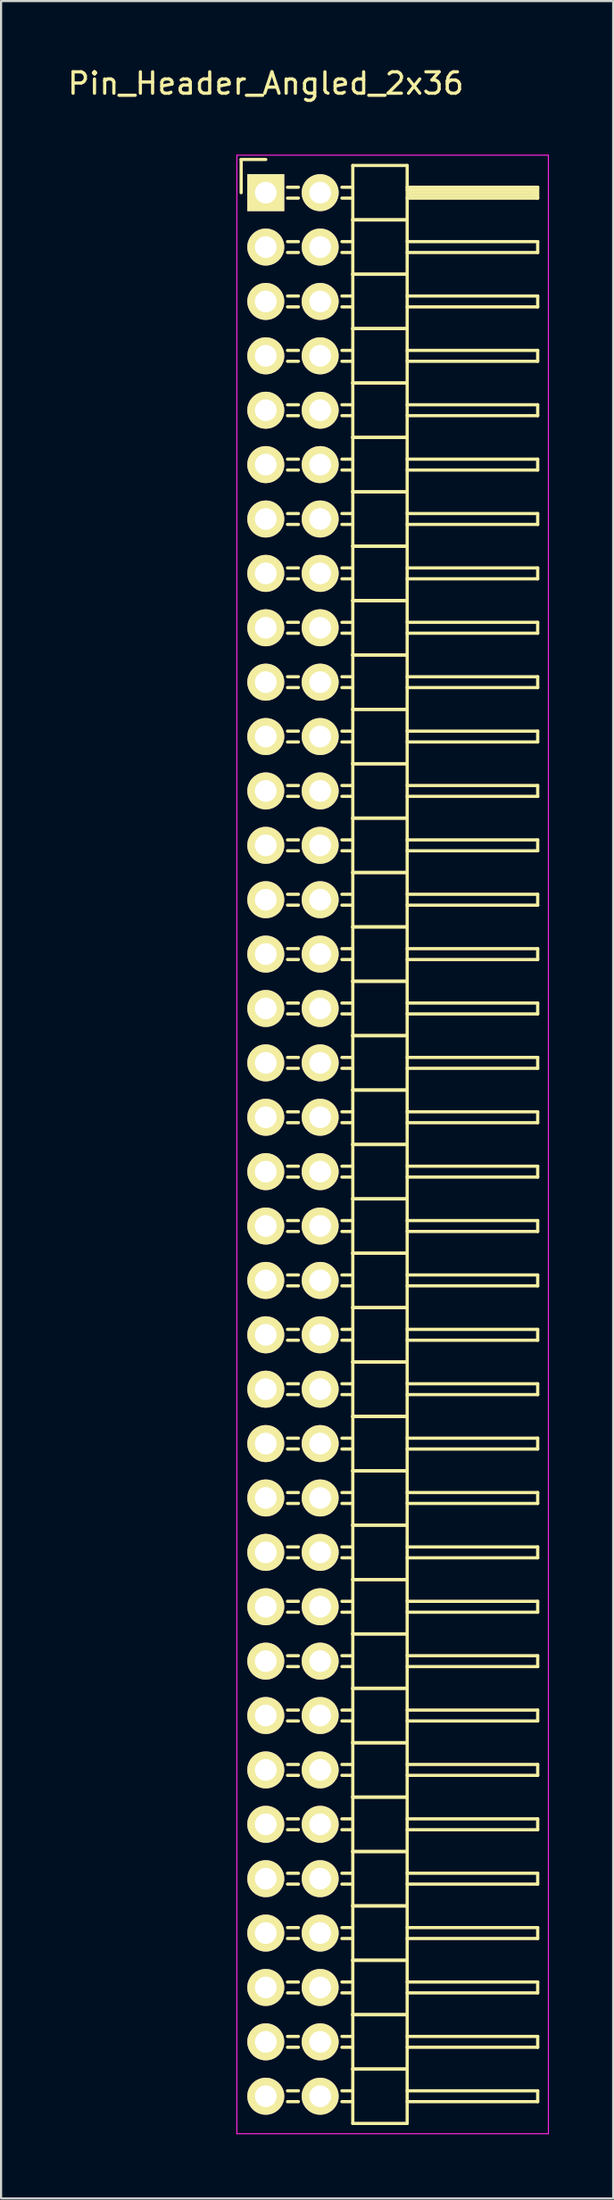
<source format=kicad_pcb>
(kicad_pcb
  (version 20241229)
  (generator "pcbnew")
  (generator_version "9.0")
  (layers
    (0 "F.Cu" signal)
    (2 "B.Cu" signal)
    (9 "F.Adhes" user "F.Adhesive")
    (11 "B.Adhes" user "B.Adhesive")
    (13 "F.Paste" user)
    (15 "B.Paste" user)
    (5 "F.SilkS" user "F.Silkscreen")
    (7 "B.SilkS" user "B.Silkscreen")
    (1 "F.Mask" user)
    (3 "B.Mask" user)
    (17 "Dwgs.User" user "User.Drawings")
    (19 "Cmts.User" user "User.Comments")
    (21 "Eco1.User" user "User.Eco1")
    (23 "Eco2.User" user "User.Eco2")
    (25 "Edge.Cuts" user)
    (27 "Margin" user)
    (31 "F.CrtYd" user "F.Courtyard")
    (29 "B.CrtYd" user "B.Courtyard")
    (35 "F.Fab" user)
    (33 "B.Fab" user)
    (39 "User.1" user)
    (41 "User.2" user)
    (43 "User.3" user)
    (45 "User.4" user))
  (footprint "Pin_Header_Angled_2x36"
    (layer "F.Cu")
    (at 9.363 5.948)
    (property "Reference" "Pin_Header_Angled_2x36" (at 0 -5.1 0) (layer "F.SilkS") (effects (font (size 1 1) (thickness 0.15))))
    (attr through_hole)
    (fp_line (start -1.15 -1.55) (end -1.15 0) (stroke (width 0.15) (type solid)) (layer "F.SilkS"))
    (fp_line (start 0 -1.55) (end -1.15 -1.55) (stroke (width 0.15) (type solid)) (layer "F.SilkS"))
    (fp_line (start 1.524 -0.254) (end 1.016 -0.254) (stroke (width 0.15) (type solid)) (layer "F.SilkS"))
    (fp_line (start 1.524 0.254) (end 1.016 0.254) (stroke (width 0.15) (type solid)) (layer "F.SilkS"))
    (fp_line (start 1.524 2.286) (end 1.016 2.286) (stroke (width 0.15) (type solid)) (layer "F.SilkS"))
    (fp_line (start 1.524 2.794) (end 1.016 2.794) (stroke (width 0.15) (type solid)) (layer "F.SilkS"))
    (fp_line (start 1.524 4.826) (end 1.016 4.826) (stroke (width 0.15) (type solid)) (layer "F.SilkS"))
    (fp_line (start 1.524 5.334) (end 1.016 5.334) (stroke (width 0.15) (type solid)) (layer "F.SilkS"))
    (fp_line (start 1.524 7.366) (end 1.016 7.366) (stroke (width 0.15) (type solid)) (layer "F.SilkS"))
    (fp_line (start 1.524 7.874) (end 1.016 7.874) (stroke (width 0.15) (type solid)) (layer "F.SilkS"))
    (fp_line (start 1.524 9.906) (end 1.016 9.906) (stroke (width 0.15) (type solid)) (layer "F.SilkS"))
    (fp_line (start 1.524 10.414) (end 1.016 10.414) (stroke (width 0.15) (type solid)) (layer "F.SilkS"))
    (fp_line (start 1.524 12.446) (end 1.016 12.446) (stroke (width 0.15) (type solid)) (layer "F.SilkS"))
    (fp_line (start 1.524 12.954) (end 1.016 12.954) (stroke (width 0.15) (type solid)) (layer "F.SilkS"))
    (fp_line (start 1.524 14.986) (end 1.016 14.986) (stroke (width 0.15) (type solid)) (layer "F.SilkS"))
    (fp_line (start 1.524 15.494) (end 1.016 15.494) (stroke (width 0.15) (type solid)) (layer "F.SilkS"))
    (fp_line (start 1.524 17.526) (end 1.016 17.526) (stroke (width 0.15) (type solid)) (layer "F.SilkS"))
    (fp_line (start 1.524 18.034) (end 1.016 18.034) (stroke (width 0.15) (type solid)) (layer "F.SilkS"))
    (fp_line (start 1.524 20.066) (end 1.016 20.066) (stroke (width 0.15) (type solid)) (layer "F.SilkS"))
    (fp_line (start 1.524 20.574) (end 1.016 20.574) (stroke (width 0.15) (type solid)) (layer "F.SilkS"))
    (fp_line (start 1.524 22.606) (end 1.016 22.606) (stroke (width 0.15) (type solid)) (layer "F.SilkS"))
    (fp_line (start 1.524 23.114) (end 1.016 23.114) (stroke (width 0.15) (type solid)) (layer "F.SilkS"))
    (fp_line (start 1.524 25.146) (end 1.016 25.146) (stroke (width 0.15) (type solid)) (layer "F.SilkS"))
    (fp_line (start 1.524 25.654) (end 1.016 25.654) (stroke (width 0.15) (type solid)) (layer "F.SilkS"))
    (fp_line (start 1.524 27.686) (end 1.016 27.686) (stroke (width 0.15) (type solid)) (layer "F.SilkS"))
    (fp_line (start 1.524 28.194) (end 1.016 28.194) (stroke (width 0.15) (type solid)) (layer "F.SilkS"))
    (fp_line (start 1.524 30.226) (end 1.016 30.226) (stroke (width 0.15) (type solid)) (layer "F.SilkS"))
    (fp_line (start 1.524 30.734) (end 1.016 30.734) (stroke (width 0.15) (type solid)) (layer "F.SilkS"))
    (fp_line (start 1.524 32.766) (end 1.016 32.766) (stroke (width 0.15) (type solid)) (layer "F.SilkS"))
    (fp_line (start 1.524 33.274) (end 1.016 33.274) (stroke (width 0.15) (type solid)) (layer "F.SilkS"))
    (fp_line (start 1.524 35.306) (end 1.016 35.306) (stroke (width 0.15) (type solid)) (layer "F.SilkS"))
    (fp_line (start 1.524 35.814) (end 1.016 35.814) (stroke (width 0.15) (type solid)) (layer "F.SilkS"))
    (fp_line (start 1.524 37.846) (end 1.016 37.846) (stroke (width 0.15) (type solid)) (layer "F.SilkS"))
    (fp_line (start 1.524 38.354) (end 1.016 38.354) (stroke (width 0.15) (type solid)) (layer "F.SilkS"))
    (fp_line (start 1.524 40.386) (end 1.016 40.386) (stroke (width 0.15) (type solid)) (layer "F.SilkS"))
    (fp_line (start 1.524 40.894) (end 1.016 40.894) (stroke (width 0.15) (type solid)) (layer "F.SilkS"))
    (fp_line (start 1.524 42.926) (end 1.016 42.926) (stroke (width 0.15) (type solid)) (layer "F.SilkS"))
    (fp_line (start 1.524 43.434) (end 1.016 43.434) (stroke (width 0.15) (type solid)) (layer "F.SilkS"))
    (fp_line (start 1.524 45.466) (end 1.016 45.466) (stroke (width 0.15) (type solid)) (layer "F.SilkS"))
    (fp_line (start 1.524 45.974) (end 1.016 45.974) (stroke (width 0.15) (type solid)) (layer "F.SilkS"))
    (fp_line (start 1.524 48.006) (end 1.016 48.006) (stroke (width 0.15) (type solid)) (layer "F.SilkS"))
    (fp_line (start 1.524 48.514) (end 1.016 48.514) (stroke (width 0.15) (type solid)) (layer "F.SilkS"))
    (fp_line (start 1.524 50.546) (end 1.016 50.546) (stroke (width 0.15) (type solid)) (layer "F.SilkS"))
    (fp_line (start 1.524 51.054) (end 1.016 51.054) (stroke (width 0.15) (type solid)) (layer "F.SilkS"))
    (fp_line (start 1.524 53.086) (end 1.016 53.086) (stroke (width 0.15) (type solid)) (layer "F.SilkS"))
    (fp_line (start 1.524 53.594) (end 1.016 53.594) (stroke (width 0.15) (type solid)) (layer "F.SilkS"))
    (fp_line (start 1.524 55.626) (end 1.016 55.626) (stroke (width 0.15) (type solid)) (layer "F.SilkS"))
    (fp_line (start 1.524 56.134) (end 1.016 56.134) (stroke (width 0.15) (type solid)) (layer "F.SilkS"))
    (fp_line (start 1.524 58.166) (end 1.016 58.166) (stroke (width 0.15) (type solid)) (layer "F.SilkS"))
    (fp_line (start 1.524 58.674) (end 1.016 58.674) (stroke (width 0.15) (type solid)) (layer "F.SilkS"))
    (fp_line (start 1.524 60.706) (end 1.016 60.706) (stroke (width 0.15) (type solid)) (layer "F.SilkS"))
    (fp_line (start 1.524 61.214) (end 1.016 61.214) (stroke (width 0.15) (type solid)) (layer "F.SilkS"))
    (fp_line (start 1.524 63.246) (end 1.016 63.246) (stroke (width 0.15) (type solid)) (layer "F.SilkS"))
    (fp_line (start 1.524 63.754) (end 1.016 63.754) (stroke (width 0.15) (type solid)) (layer "F.SilkS"))
    (fp_line (start 1.524 65.786) (end 1.016 65.786) (stroke (width 0.15) (type solid)) (layer "F.SilkS"))
    (fp_line (start 1.524 66.294) (end 1.016 66.294) (stroke (width 0.15) (type solid)) (layer "F.SilkS"))
    (fp_line (start 1.524 68.326) (end 1.016 68.326) (stroke (width 0.15) (type solid)) (layer "F.SilkS"))
    (fp_line (start 1.524 68.834) (end 1.016 68.834) (stroke (width 0.15) (type solid)) (layer "F.SilkS"))
    (fp_line (start 1.524 70.866) (end 1.016 70.866) (stroke (width 0.15) (type solid)) (layer "F.SilkS"))
    (fp_line (start 1.524 71.374) (end 1.016 71.374) (stroke (width 0.15) (type solid)) (layer "F.SilkS"))
    (fp_line (start 1.524 73.406) (end 1.016 73.406) (stroke (width 0.15) (type solid)) (layer "F.SilkS"))
    (fp_line (start 1.524 73.914) (end 1.016 73.914) (stroke (width 0.15) (type solid)) (layer "F.SilkS"))
    (fp_line (start 1.524 75.946) (end 1.016 75.946) (stroke (width 0.15) (type solid)) (layer "F.SilkS"))
    (fp_line (start 1.524 76.454) (end 1.016 76.454) (stroke (width 0.15) (type solid)) (layer "F.SilkS"))
    (fp_line (start 1.524 78.486) (end 1.016 78.486) (stroke (width 0.15) (type solid)) (layer "F.SilkS"))
    (fp_line (start 1.524 78.994) (end 1.016 78.994) (stroke (width 0.15) (type solid)) (layer "F.SilkS"))
    (fp_line (start 1.524 81.026) (end 1.016 81.026) (stroke (width 0.15) (type solid)) (layer "F.SilkS"))
    (fp_line (start 1.524 81.534) (end 1.016 81.534) (stroke (width 0.15) (type solid)) (layer "F.SilkS"))
    (fp_line (start 1.524 83.566) (end 1.016 83.566) (stroke (width 0.15) (type solid)) (layer "F.SilkS"))
    (fp_line (start 1.524 84.074) (end 1.016 84.074) (stroke (width 0.15) (type solid)) (layer "F.SilkS"))
    (fp_line (start 1.524 86.106) (end 1.016 86.106) (stroke (width 0.15) (type solid)) (layer "F.SilkS"))
    (fp_line (start 1.524 86.614) (end 1.016 86.614) (stroke (width 0.15) (type solid)) (layer "F.SilkS"))
    (fp_line (start 1.524 88.646) (end 1.016 88.646) (stroke (width 0.15) (type solid)) (layer "F.SilkS"))
    (fp_line (start 1.524 89.154) (end 1.016 89.154) (stroke (width 0.15) (type solid)) (layer "F.SilkS"))
    (fp_line (start 4.064 -1.27) (end 4.064 1.27) (stroke (width 0.15) (type solid)) (layer "F.SilkS"))
    (fp_line (start 4.064 -1.27) (end 6.604 -1.27) (stroke (width 0.15) (type solid)) (layer "F.SilkS"))
    (fp_line (start 4.064 -0.254) (end 3.556 -0.254) (stroke (width 0.15) (type solid)) (layer "F.SilkS"))
    (fp_line (start 4.064 0.254) (end 3.556 0.254) (stroke (width 0.15) (type solid)) (layer "F.SilkS"))
    (fp_line (start 4.064 1.27) (end 4.064 3.81) (stroke (width 0.15) (type solid)) (layer "F.SilkS"))
    (fp_line (start 4.064 1.27) (end 6.604 1.27) (stroke (width 0.15) (type solid)) (layer "F.SilkS"))
    (fp_line (start 4.064 1.27) (end 6.604 1.27) (stroke (width 0.15) (type solid)) (layer "F.SilkS"))
    (fp_line (start 4.064 2.286) (end 3.556 2.286) (stroke (width 0.15) (type solid)) (layer "F.SilkS"))
    (fp_line (start 4.064 2.794) (end 3.556 2.794) (stroke (width 0.15) (type solid)) (layer "F.SilkS"))
    (fp_line (start 4.064 3.81) (end 4.064 6.35) (stroke (width 0.15) (type solid)) (layer "F.SilkS"))
    (fp_line (start 4.064 3.81) (end 6.604 3.81) (stroke (width 0.15) (type solid)) (layer "F.SilkS"))
    (fp_line (start 4.064 3.81) (end 6.604 3.81) (stroke (width 0.15) (type solid)) (layer "F.SilkS"))
    (fp_line (start 4.064 4.826) (end 3.556 4.826) (stroke (width 0.15) (type solid)) (layer "F.SilkS"))
    (fp_line (start 4.064 5.334) (end 3.556 5.334) (stroke (width 0.15) (type solid)) (layer "F.SilkS"))
    (fp_line (start 4.064 6.35) (end 4.064 8.89) (stroke (width 0.15) (type solid)) (layer "F.SilkS"))
    (fp_line (start 4.064 6.35) (end 6.604 6.35) (stroke (width 0.15) (type solid)) (layer "F.SilkS"))
    (fp_line (start 4.064 6.35) (end 6.604 6.35) (stroke (width 0.15) (type solid)) (layer "F.SilkS"))
    (fp_line (start 4.064 7.366) (end 3.556 7.366) (stroke (width 0.15) (type solid)) (layer "F.SilkS"))
    (fp_line (start 4.064 7.874) (end 3.556 7.874) (stroke (width 0.15) (type solid)) (layer "F.SilkS"))
    (fp_line (start 4.064 8.89) (end 4.064 11.43) (stroke (width 0.15) (type solid)) (layer "F.SilkS"))
    (fp_line (start 4.064 8.89) (end 6.604 8.89) (stroke (width 0.15) (type solid)) (layer "F.SilkS"))
    (fp_line (start 4.064 8.89) (end 6.604 8.89) (stroke (width 0.15) (type solid)) (layer "F.SilkS"))
    (fp_line (start 4.064 9.906) (end 3.556 9.906) (stroke (width 0.15) (type solid)) (layer "F.SilkS"))
    (fp_line (start 4.064 10.414) (end 3.556 10.414) (stroke (width 0.15) (type solid)) (layer "F.SilkS"))
    (fp_line (start 4.064 11.43) (end 4.064 13.97) (stroke (width 0.15) (type solid)) (layer "F.SilkS"))
    (fp_line (start 4.064 11.43) (end 6.604 11.43) (stroke (width 0.15) (type solid)) (layer "F.SilkS"))
    (fp_line (start 4.064 11.43) (end 6.604 11.43) (stroke (width 0.15) (type solid)) (layer "F.SilkS"))
    (fp_line (start 4.064 12.446) (end 3.556 12.446) (stroke (width 0.15) (type solid)) (layer "F.SilkS"))
    (fp_line (start 4.064 12.954) (end 3.556 12.954) (stroke (width 0.15) (type solid)) (layer "F.SilkS"))
    (fp_line (start 4.064 13.97) (end 4.064 16.51) (stroke (width 0.15) (type solid)) (layer "F.SilkS"))
    (fp_line (start 4.064 13.97) (end 6.604 13.97) (stroke (width 0.15) (type solid)) (layer "F.SilkS"))
    (fp_line (start 4.064 13.97) (end 6.604 13.97) (stroke (width 0.15) (type solid)) (layer "F.SilkS"))
    (fp_line (start 4.064 14.986) (end 3.556 14.986) (stroke (width 0.15) (type solid)) (layer "F.SilkS"))
    (fp_line (start 4.064 15.494) (end 3.556 15.494) (stroke (width 0.15) (type solid)) (layer "F.SilkS"))
    (fp_line (start 4.064 16.51) (end 4.064 19.05) (stroke (width 0.15) (type solid)) (layer "F.SilkS"))
    (fp_line (start 4.064 16.51) (end 6.604 16.51) (stroke (width 0.15) (type solid)) (layer "F.SilkS"))
    (fp_line (start 4.064 16.51) (end 6.604 16.51) (stroke (width 0.15) (type solid)) (layer "F.SilkS"))
    (fp_line (start 4.064 17.526) (end 3.556 17.526) (stroke (width 0.15) (type solid)) (layer "F.SilkS"))
    (fp_line (start 4.064 18.034) (end 3.556 18.034) (stroke (width 0.15) (type solid)) (layer "F.SilkS"))
    (fp_line (start 4.064 19.05) (end 4.064 21.59) (stroke (width 0.15) (type solid)) (layer "F.SilkS"))
    (fp_line (start 4.064 19.05) (end 6.604 19.05) (stroke (width 0.15) (type solid)) (layer "F.SilkS"))
    (fp_line (start 4.064 19.05) (end 6.604 19.05) (stroke (width 0.15) (type solid)) (layer "F.SilkS"))
    (fp_line (start 4.064 20.066) (end 3.556 20.066) (stroke (width 0.15) (type solid)) (layer "F.SilkS"))
    (fp_line (start 4.064 20.574) (end 3.556 20.574) (stroke (width 0.15) (type solid)) (layer "F.SilkS"))
    (fp_line (start 4.064 21.59) (end 4.064 24.13) (stroke (width 0.15) (type solid)) (layer "F.SilkS"))
    (fp_line (start 4.064 21.59) (end 6.604 21.59) (stroke (width 0.15) (type solid)) (layer "F.SilkS"))
    (fp_line (start 4.064 21.59) (end 6.604 21.59) (stroke (width 0.15) (type solid)) (layer "F.SilkS"))
    (fp_line (start 4.064 22.606) (end 3.556 22.606) (stroke (width 0.15) (type solid)) (layer "F.SilkS"))
    (fp_line (start 4.064 23.114) (end 3.556 23.114) (stroke (width 0.15) (type solid)) (layer "F.SilkS"))
    (fp_line (start 4.064 24.13) (end 4.064 26.67) (stroke (width 0.15) (type solid)) (layer "F.SilkS"))
    (fp_line (start 4.064 24.13) (end 6.604 24.13) (stroke (width 0.15) (type solid)) (layer "F.SilkS"))
    (fp_line (start 4.064 24.13) (end 6.604 24.13) (stroke (width 0.15) (type solid)) (layer "F.SilkS"))
    (fp_line (start 4.064 25.146) (end 3.556 25.146) (stroke (width 0.15) (type solid)) (layer "F.SilkS"))
    (fp_line (start 4.064 25.654) (end 3.556 25.654) (stroke (width 0.15) (type solid)) (layer "F.SilkS"))
    (fp_line (start 4.064 26.67) (end 4.064 29.21) (stroke (width 0.15) (type solid)) (layer "F.SilkS"))
    (fp_line (start 4.064 26.67) (end 6.604 26.67) (stroke (width 0.15) (type solid)) (layer "F.SilkS"))
    (fp_line (start 4.064 26.67) (end 6.604 26.67) (stroke (width 0.15) (type solid)) (layer "F.SilkS"))
    (fp_line (start 4.064 27.686) (end 3.556 27.686) (stroke (width 0.15) (type solid)) (layer "F.SilkS"))
    (fp_line (start 4.064 28.194) (end 3.556 28.194) (stroke (width 0.15) (type solid)) (layer "F.SilkS"))
    (fp_line (start 4.064 29.21) (end 4.064 31.75) (stroke (width 0.15) (type solid)) (layer "F.SilkS"))
    (fp_line (start 4.064 29.21) (end 6.604 29.21) (stroke (width 0.15) (type solid)) (layer "F.SilkS"))
    (fp_line (start 4.064 29.21) (end 6.604 29.21) (stroke (width 0.15) (type solid)) (layer "F.SilkS"))
    (fp_line (start 4.064 30.226) (end 3.556 30.226) (stroke (width 0.15) (type solid)) (layer "F.SilkS"))
    (fp_line (start 4.064 30.734) (end 3.556 30.734) (stroke (width 0.15) (type solid)) (layer "F.SilkS"))
    (fp_line (start 4.064 31.75) (end 4.064 34.29) (stroke (width 0.15) (type solid)) (layer "F.SilkS"))
    (fp_line (start 4.064 31.75) (end 6.604 31.75) (stroke (width 0.15) (type solid)) (layer "F.SilkS"))
    (fp_line (start 4.064 31.75) (end 6.604 31.75) (stroke (width 0.15) (type solid)) (layer "F.SilkS"))
    (fp_line (start 4.064 32.766) (end 3.556 32.766) (stroke (width 0.15) (type solid)) (layer "F.SilkS"))
    (fp_line (start 4.064 33.274) (end 3.556 33.274) (stroke (width 0.15) (type solid)) (layer "F.SilkS"))
    (fp_line (start 4.064 34.29) (end 4.064 36.83) (stroke (width 0.15) (type solid)) (layer "F.SilkS"))
    (fp_line (start 4.064 34.29) (end 6.604 34.29) (stroke (width 0.15) (type solid)) (layer "F.SilkS"))
    (fp_line (start 4.064 34.29) (end 6.604 34.29) (stroke (width 0.15) (type solid)) (layer "F.SilkS"))
    (fp_line (start 4.064 35.306) (end 3.556 35.306) (stroke (width 0.15) (type solid)) (layer "F.SilkS"))
    (fp_line (start 4.064 35.814) (end 3.556 35.814) (stroke (width 0.15) (type solid)) (layer "F.SilkS"))
    (fp_line (start 4.064 36.83) (end 4.064 39.37) (stroke (width 0.15) (type solid)) (layer "F.SilkS"))
    (fp_line (start 4.064 36.83) (end 6.604 36.83) (stroke (width 0.15) (type solid)) (layer "F.SilkS"))
    (fp_line (start 4.064 36.83) (end 6.604 36.83) (stroke (width 0.15) (type solid)) (layer "F.SilkS"))
    (fp_line (start 4.064 37.846) (end 3.556 37.846) (stroke (width 0.15) (type solid)) (layer "F.SilkS"))
    (fp_line (start 4.064 38.354) (end 3.556 38.354) (stroke (width 0.15) (type solid)) (layer "F.SilkS"))
    (fp_line (start 4.064 39.37) (end 4.064 41.91) (stroke (width 0.15) (type solid)) (layer "F.SilkS"))
    (fp_line (start 4.064 39.37) (end 6.604 39.37) (stroke (width 0.15) (type solid)) (layer "F.SilkS"))
    (fp_line (start 4.064 39.37) (end 6.604 39.37) (stroke (width 0.15) (type solid)) (layer "F.SilkS"))
    (fp_line (start 4.064 40.386) (end 3.556 40.386) (stroke (width 0.15) (type solid)) (layer "F.SilkS"))
    (fp_line (start 4.064 40.894) (end 3.556 40.894) (stroke (width 0.15) (type solid)) (layer "F.SilkS"))
    (fp_line (start 4.064 41.91) (end 4.064 44.45) (stroke (width 0.15) (type solid)) (layer "F.SilkS"))
    (fp_line (start 4.064 41.91) (end 6.604 41.91) (stroke (width 0.15) (type solid)) (layer "F.SilkS"))
    (fp_line (start 4.064 41.91) (end 6.604 41.91) (stroke (width 0.15) (type solid)) (layer "F.SilkS"))
    (fp_line (start 4.064 42.926) (end 3.556 42.926) (stroke (width 0.15) (type solid)) (layer "F.SilkS"))
    (fp_line (start 4.064 43.434) (end 3.556 43.434) (stroke (width 0.15) (type solid)) (layer "F.SilkS"))
    (fp_line (start 4.064 44.45) (end 4.064 46.99) (stroke (width 0.15) (type solid)) (layer "F.SilkS"))
    (fp_line (start 4.064 44.45) (end 6.604 44.45) (stroke (width 0.15) (type solid)) (layer "F.SilkS"))
    (fp_line (start 4.064 44.45) (end 6.604 44.45) (stroke (width 0.15) (type solid)) (layer "F.SilkS"))
    (fp_line (start 4.064 45.466) (end 3.556 45.466) (stroke (width 0.15) (type solid)) (layer "F.SilkS"))
    (fp_line (start 4.064 45.974) (end 3.556 45.974) (stroke (width 0.15) (type solid)) (layer "F.SilkS"))
    (fp_line (start 4.064 46.99) (end 4.064 49.53) (stroke (width 0.15) (type solid)) (layer "F.SilkS"))
    (fp_line (start 4.064 46.99) (end 6.604 46.99) (stroke (width 0.15) (type solid)) (layer "F.SilkS"))
    (fp_line (start 4.064 46.99) (end 6.604 46.99) (stroke (width 0.15) (type solid)) (layer "F.SilkS"))
    (fp_line (start 4.064 48.006) (end 3.556 48.006) (stroke (width 0.15) (type solid)) (layer "F.SilkS"))
    (fp_line (start 4.064 48.514) (end 3.556 48.514) (stroke (width 0.15) (type solid)) (layer "F.SilkS"))
    (fp_line (start 4.064 49.53) (end 4.064 52.07) (stroke (width 0.15) (type solid)) (layer "F.SilkS"))
    (fp_line (start 4.064 49.53) (end 6.604 49.53) (stroke (width 0.15) (type solid)) (layer "F.SilkS"))
    (fp_line (start 4.064 49.53) (end 6.604 49.53) (stroke (width 0.15) (type solid)) (layer "F.SilkS"))
    (fp_line (start 4.064 50.546) (end 3.556 50.546) (stroke (width 0.15) (type solid)) (layer "F.SilkS"))
    (fp_line (start 4.064 51.054) (end 3.556 51.054) (stroke (width 0.15) (type solid)) (layer "F.SilkS"))
    (fp_line (start 4.064 52.07) (end 4.064 54.61) (stroke (width 0.15) (type solid)) (layer "F.SilkS"))
    (fp_line (start 4.064 52.07) (end 6.604 52.07) (stroke (width 0.15) (type solid)) (layer "F.SilkS"))
    (fp_line (start 4.064 52.07) (end 6.604 52.07) (stroke (width 0.15) (type solid)) (layer "F.SilkS"))
    (fp_line (start 4.064 53.086) (end 3.556 53.086) (stroke (width 0.15) (type solid)) (layer "F.SilkS"))
    (fp_line (start 4.064 53.594) (end 3.556 53.594) (stroke (width 0.15) (type solid)) (layer "F.SilkS"))
    (fp_line (start 4.064 54.61) (end 4.064 57.15) (stroke (width 0.15) (type solid)) (layer "F.SilkS"))
    (fp_line (start 4.064 54.61) (end 6.604 54.61) (stroke (width 0.15) (type solid)) (layer "F.SilkS"))
    (fp_line (start 4.064 54.61) (end 6.604 54.61) (stroke (width 0.15) (type solid)) (layer "F.SilkS"))
    (fp_line (start 4.064 55.626) (end 3.556 55.626) (stroke (width 0.15) (type solid)) (layer "F.SilkS"))
    (fp_line (start 4.064 56.134) (end 3.556 56.134) (stroke (width 0.15) (type solid)) (layer "F.SilkS"))
    (fp_line (start 4.064 57.15) (end 4.064 59.69) (stroke (width 0.15) (type solid)) (layer "F.SilkS"))
    (fp_line (start 4.064 57.15) (end 6.604 57.15) (stroke (width 0.15) (type solid)) (layer "F.SilkS"))
    (fp_line (start 4.064 57.15) (end 6.604 57.15) (stroke (width 0.15) (type solid)) (layer "F.SilkS"))
    (fp_line (start 4.064 58.166) (end 3.556 58.166) (stroke (width 0.15) (type solid)) (layer "F.SilkS"))
    (fp_line (start 4.064 58.674) (end 3.556 58.674) (stroke (width 0.15) (type solid)) (layer "F.SilkS"))
    (fp_line (start 4.064 59.69) (end 4.064 62.23) (stroke (width 0.15) (type solid)) (layer "F.SilkS"))
    (fp_line (start 4.064 59.69) (end 6.604 59.69) (stroke (width 0.15) (type solid)) (layer "F.SilkS"))
    (fp_line (start 4.064 59.69) (end 6.604 59.69) (stroke (width 0.15) (type solid)) (layer "F.SilkS"))
    (fp_line (start 4.064 60.706) (end 3.556 60.706) (stroke (width 0.15) (type solid)) (layer "F.SilkS"))
    (fp_line (start 4.064 61.214) (end 3.556 61.214) (stroke (width 0.15) (type solid)) (layer "F.SilkS"))
    (fp_line (start 4.064 62.23) (end 4.064 64.77) (stroke (width 0.15) (type solid)) (layer "F.SilkS"))
    (fp_line (start 4.064 62.23) (end 6.604 62.23) (stroke (width 0.15) (type solid)) (layer "F.SilkS"))
    (fp_line (start 4.064 62.23) (end 6.604 62.23) (stroke (width 0.15) (type solid)) (layer "F.SilkS"))
    (fp_line (start 4.064 63.246) (end 3.556 63.246) (stroke (width 0.15) (type solid)) (layer "F.SilkS"))
    (fp_line (start 4.064 63.754) (end 3.556 63.754) (stroke (width 0.15) (type solid)) (layer "F.SilkS"))
    (fp_line (start 4.064 64.77) (end 4.064 67.31) (stroke (width 0.15) (type solid)) (layer "F.SilkS"))
    (fp_line (start 4.064 64.77) (end 6.604 64.77) (stroke (width 0.15) (type solid)) (layer "F.SilkS"))
    (fp_line (start 4.064 64.77) (end 6.604 64.77) (stroke (width 0.15) (type solid)) (layer "F.SilkS"))
    (fp_line (start 4.064 65.786) (end 3.556 65.786) (stroke (width 0.15) (type solid)) (layer "F.SilkS"))
    (fp_line (start 4.064 66.294) (end 3.556 66.294) (stroke (width 0.15) (type solid)) (layer "F.SilkS"))
    (fp_line (start 4.064 67.31) (end 4.064 69.85) (stroke (width 0.15) (type solid)) (layer "F.SilkS"))
    (fp_line (start 4.064 67.31) (end 6.604 67.31) (stroke (width 0.15) (type solid)) (layer "F.SilkS"))
    (fp_line (start 4.064 67.31) (end 6.604 67.31) (stroke (width 0.15) (type solid)) (layer "F.SilkS"))
    (fp_line (start 4.064 68.326) (end 3.556 68.326) (stroke (width 0.15) (type solid)) (layer "F.SilkS"))
    (fp_line (start 4.064 68.834) (end 3.556 68.834) (stroke (width 0.15) (type solid)) (layer "F.SilkS"))
    (fp_line (start 4.064 69.85) (end 4.064 72.39) (stroke (width 0.15) (type solid)) (layer "F.SilkS"))
    (fp_line (start 4.064 69.85) (end 6.604 69.85) (stroke (width 0.15) (type solid)) (layer "F.SilkS"))
    (fp_line (start 4.064 69.85) (end 6.604 69.85) (stroke (width 0.15) (type solid)) (layer "F.SilkS"))
    (fp_line (start 4.064 70.866) (end 3.556 70.866) (stroke (width 0.15) (type solid)) (layer "F.SilkS"))
    (fp_line (start 4.064 71.374) (end 3.556 71.374) (stroke (width 0.15) (type solid)) (layer "F.SilkS"))
    (fp_line (start 4.064 72.39) (end 4.064 74.93) (stroke (width 0.15) (type solid)) (layer "F.SilkS"))
    (fp_line (start 4.064 72.39) (end 6.604 72.39) (stroke (width 0.15) (type solid)) (layer "F.SilkS"))
    (fp_line (start 4.064 72.39) (end 6.604 72.39) (stroke (width 0.15) (type solid)) (layer "F.SilkS"))
    (fp_line (start 4.064 73.406) (end 3.556 73.406) (stroke (width 0.15) (type solid)) (layer "F.SilkS"))
    (fp_line (start 4.064 73.914) (end 3.556 73.914) (stroke (width 0.15) (type solid)) (layer "F.SilkS"))
    (fp_line (start 4.064 74.93) (end 4.064 77.47) (stroke (width 0.15) (type solid)) (layer "F.SilkS"))
    (fp_line (start 4.064 74.93) (end 6.604 74.93) (stroke (width 0.15) (type solid)) (layer "F.SilkS"))
    (fp_line (start 4.064 74.93) (end 6.604 74.93) (stroke (width 0.15) (type solid)) (layer "F.SilkS"))
    (fp_line (start 4.064 75.946) (end 3.556 75.946) (stroke (width 0.15) (type solid)) (layer "F.SilkS"))
    (fp_line (start 4.064 76.454) (end 3.556 76.454) (stroke (width 0.15) (type solid)) (layer "F.SilkS"))
    (fp_line (start 4.064 77.47) (end 4.064 80.01) (stroke (width 0.15) (type solid)) (layer "F.SilkS"))
    (fp_line (start 4.064 77.47) (end 6.604 77.47) (stroke (width 0.15) (type solid)) (layer "F.SilkS"))
    (fp_line (start 4.064 77.47) (end 6.604 77.47) (stroke (width 0.15) (type solid)) (layer "F.SilkS"))
    (fp_line (start 4.064 78.486) (end 3.556 78.486) (stroke (width 0.15) (type solid)) (layer "F.SilkS"))
    (fp_line (start 4.064 78.994) (end 3.556 78.994) (stroke (width 0.15) (type solid)) (layer "F.SilkS"))
    (fp_line (start 4.064 80.01) (end 4.064 82.55) (stroke (width 0.15) (type solid)) (layer "F.SilkS"))
    (fp_line (start 4.064 80.01) (end 6.604 80.01) (stroke (width 0.15) (type solid)) (layer "F.SilkS"))
    (fp_line (start 4.064 80.01) (end 6.604 80.01) (stroke (width 0.15) (type solid)) (layer "F.SilkS"))
    (fp_line (start 4.064 81.026) (end 3.556 81.026) (stroke (width 0.15) (type solid)) (layer "F.SilkS"))
    (fp_line (start 4.064 81.534) (end 3.556 81.534) (stroke (width 0.15) (type solid)) (layer "F.SilkS"))
    (fp_line (start 4.064 82.55) (end 4.064 85.09) (stroke (width 0.15) (type solid)) (layer "F.SilkS"))
    (fp_line (start 4.064 82.55) (end 6.604 82.55) (stroke (width 0.15) (type solid)) (layer "F.SilkS"))
    (fp_line (start 4.064 82.55) (end 6.604 82.55) (stroke (width 0.15) (type solid)) (layer "F.SilkS"))
    (fp_line (start 4.064 83.566) (end 3.556 83.566) (stroke (width 0.15) (type solid)) (layer "F.SilkS"))
    (fp_line (start 4.064 84.074) (end 3.556 84.074) (stroke (width 0.15) (type solid)) (layer "F.SilkS"))
    (fp_line (start 4.064 85.09) (end 4.064 87.63) (stroke (width 0.15) (type solid)) (layer "F.SilkS"))
    (fp_line (start 4.064 85.09) (end 6.604 85.09) (stroke (width 0.15) (type solid)) (layer "F.SilkS"))
    (fp_line (start 4.064 85.09) (end 6.604 85.09) (stroke (width 0.15) (type solid)) (layer "F.SilkS"))
    (fp_line (start 4.064 86.106) (end 3.556 86.106) (stroke (width 0.15) (type solid)) (layer "F.SilkS"))
    (fp_line (start 4.064 86.614) (end 3.556 86.614) (stroke (width 0.15) (type solid)) (layer "F.SilkS"))
    (fp_line (start 4.064 87.63) (end 4.064 90.17) (stroke (width 0.15) (type solid)) (layer "F.SilkS"))
    (fp_line (start 4.064 87.63) (end 6.604 87.63) (stroke (width 0.15) (type solid)) (layer "F.SilkS"))
    (fp_line (start 4.064 87.63) (end 6.604 87.63) (stroke (width 0.15) (type solid)) (layer "F.SilkS"))
    (fp_line (start 4.064 88.646) (end 3.556 88.646) (stroke (width 0.15) (type solid)) (layer "F.SilkS"))
    (fp_line (start 4.064 89.154) (end 3.556 89.154) (stroke (width 0.15) (type solid)) (layer "F.SilkS"))
    (fp_line (start 4.064 90.17) (end 6.604 90.17) (stroke (width 0.15) (type solid)) (layer "F.SilkS"))
    (fp_line (start 6.604 -0.254) (end 12.7 -0.254) (stroke (width 0.15) (type solid)) (layer "F.SilkS"))
    (fp_line (start 6.604 -0.127) (end 12.573 -0.127) (stroke (width 0.15) (type solid)) (layer "F.SilkS"))
    (fp_line (start 6.604 1.27) (end 6.604 -1.27) (stroke (width 0.15) (type solid)) (layer "F.SilkS"))
    (fp_line (start 6.604 2.286) (end 12.7 2.286) (stroke (width 0.15) (type solid)) (layer "F.SilkS"))
    (fp_line (start 6.604 3.81) (end 6.604 1.27) (stroke (width 0.15) (type solid)) (layer "F.SilkS"))
    (fp_line (start 6.604 4.826) (end 12.7 4.826) (stroke (width 0.15) (type solid)) (layer "F.SilkS"))
    (fp_line (start 6.604 6.35) (end 6.604 3.81) (stroke (width 0.15) (type solid)) (layer "F.SilkS"))
    (fp_line (start 6.604 7.366) (end 12.7 7.366) (stroke (width 0.15) (type solid)) (layer "F.SilkS"))
    (fp_line (start 6.604 8.89) (end 6.604 6.35) (stroke (width 0.15) (type solid)) (layer "F.SilkS"))
    (fp_line (start 6.604 9.906) (end 12.7 9.906) (stroke (width 0.15) (type solid)) (layer "F.SilkS"))
    (fp_line (start 6.604 11.43) (end 6.604 8.89) (stroke (width 0.15) (type solid)) (layer "F.SilkS"))
    (fp_line (start 6.604 12.446) (end 12.7 12.446) (stroke (width 0.15) (type solid)) (layer "F.SilkS"))
    (fp_line (start 6.604 13.97) (end 6.604 11.43) (stroke (width 0.15) (type solid)) (layer "F.SilkS"))
    (fp_line (start 6.604 14.986) (end 12.7 14.986) (stroke (width 0.15) (type solid)) (layer "F.SilkS"))
    (fp_line (start 6.604 16.51) (end 6.604 13.97) (stroke (width 0.15) (type solid)) (layer "F.SilkS"))
    (fp_line (start 6.604 17.526) (end 12.7 17.526) (stroke (width 0.15) (type solid)) (layer "F.SilkS"))
    (fp_line (start 6.604 19.05) (end 6.604 16.51) (stroke (width 0.15) (type solid)) (layer "F.SilkS"))
    (fp_line (start 6.604 20.066) (end 12.7 20.066) (stroke (width 0.15) (type solid)) (layer "F.SilkS"))
    (fp_line (start 6.604 21.59) (end 6.604 19.05) (stroke (width 0.15) (type solid)) (layer "F.SilkS"))
    (fp_line (start 6.604 22.606) (end 12.7 22.606) (stroke (width 0.15) (type solid)) (layer "F.SilkS"))
    (fp_line (start 6.604 24.13) (end 6.604 21.59) (stroke (width 0.15) (type solid)) (layer "F.SilkS"))
    (fp_line (start 6.604 25.146) (end 12.7 25.146) (stroke (width 0.15) (type solid)) (layer "F.SilkS"))
    (fp_line (start 6.604 26.67) (end 6.604 24.13) (stroke (width 0.15) (type solid)) (layer "F.SilkS"))
    (fp_line (start 6.604 27.686) (end 12.7 27.686) (stroke (width 0.15) (type solid)) (layer "F.SilkS"))
    (fp_line (start 6.604 29.21) (end 6.604 26.67) (stroke (width 0.15) (type solid)) (layer "F.SilkS"))
    (fp_line (start 6.604 30.226) (end 12.7 30.226) (stroke (width 0.15) (type solid)) (layer "F.SilkS"))
    (fp_line (start 6.604 31.75) (end 6.604 29.21) (stroke (width 0.15) (type solid)) (layer "F.SilkS"))
    (fp_line (start 6.604 32.766) (end 12.7 32.766) (stroke (width 0.15) (type solid)) (layer "F.SilkS"))
    (fp_line (start 6.604 34.29) (end 6.604 31.75) (stroke (width 0.15) (type solid)) (layer "F.SilkS"))
    (fp_line (start 6.604 35.306) (end 12.7 35.306) (stroke (width 0.15) (type solid)) (layer "F.SilkS"))
    (fp_line (start 6.604 36.83) (end 6.604 34.29) (stroke (width 0.15) (type solid)) (layer "F.SilkS"))
    (fp_line (start 6.604 37.846) (end 12.7 37.846) (stroke (width 0.15) (type solid)) (layer "F.SilkS"))
    (fp_line (start 6.604 39.37) (end 6.604 36.83) (stroke (width 0.15) (type solid)) (layer "F.SilkS"))
    (fp_line (start 6.604 40.386) (end 12.7 40.386) (stroke (width 0.15) (type solid)) (layer "F.SilkS"))
    (fp_line (start 6.604 41.91) (end 6.604 39.37) (stroke (width 0.15) (type solid)) (layer "F.SilkS"))
    (fp_line (start 6.604 42.926) (end 12.7 42.926) (stroke (width 0.15) (type solid)) (layer "F.SilkS"))
    (fp_line (start 6.604 44.45) (end 6.604 41.91) (stroke (width 0.15) (type solid)) (layer "F.SilkS"))
    (fp_line (start 6.604 45.466) (end 12.7 45.466) (stroke (width 0.15) (type solid)) (layer "F.SilkS"))
    (fp_line (start 6.604 46.99) (end 6.604 44.45) (stroke (width 0.15) (type solid)) (layer "F.SilkS"))
    (fp_line (start 6.604 48.006) (end 12.7 48.006) (stroke (width 0.15) (type solid)) (layer "F.SilkS"))
    (fp_line (start 6.604 49.53) (end 6.604 46.99) (stroke (width 0.15) (type solid)) (layer "F.SilkS"))
    (fp_line (start 6.604 50.546) (end 12.7 50.546) (stroke (width 0.15) (type solid)) (layer "F.SilkS"))
    (fp_line (start 6.604 52.07) (end 6.604 49.53) (stroke (width 0.15) (type solid)) (layer "F.SilkS"))
    (fp_line (start 6.604 53.086) (end 12.7 53.086) (stroke (width 0.15) (type solid)) (layer "F.SilkS"))
    (fp_line (start 6.604 54.61) (end 6.604 52.07) (stroke (width 0.15) (type solid)) (layer "F.SilkS"))
    (fp_line (start 6.604 55.626) (end 12.7 55.626) (stroke (width 0.15) (type solid)) (layer "F.SilkS"))
    (fp_line (start 6.604 57.15) (end 6.604 54.61) (stroke (width 0.15) (type solid)) (layer "F.SilkS"))
    (fp_line (start 6.604 58.166) (end 12.7 58.166) (stroke (width 0.15) (type solid)) (layer "F.SilkS"))
    (fp_line (start 6.604 59.69) (end 6.604 57.15) (stroke (width 0.15) (type solid)) (layer "F.SilkS"))
    (fp_line (start 6.604 60.706) (end 12.7 60.706) (stroke (width 0.15) (type solid)) (layer "F.SilkS"))
    (fp_line (start 6.604 62.23) (end 6.604 59.69) (stroke (width 0.15) (type solid)) (layer "F.SilkS"))
    (fp_line (start 6.604 63.246) (end 12.7 63.246) (stroke (width 0.15) (type solid)) (layer "F.SilkS"))
    (fp_line (start 6.604 64.77) (end 6.604 62.23) (stroke (width 0.15) (type solid)) (layer "F.SilkS"))
    (fp_line (start 6.604 65.786) (end 12.7 65.786) (stroke (width 0.15) (type solid)) (layer "F.SilkS"))
    (fp_line (start 6.604 67.31) (end 6.604 64.77) (stroke (width 0.15) (type solid)) (layer "F.SilkS"))
    (fp_line (start 6.604 68.326) (end 12.7 68.326) (stroke (width 0.15) (type solid)) (layer "F.SilkS"))
    (fp_line (start 6.604 69.85) (end 6.604 67.31) (stroke (width 0.15) (type solid)) (layer "F.SilkS"))
    (fp_line (start 6.604 70.866) (end 12.7 70.866) (stroke (width 0.15) (type solid)) (layer "F.SilkS"))
    (fp_line (start 6.604 72.39) (end 6.604 69.85) (stroke (width 0.15) (type solid)) (layer "F.SilkS"))
    (fp_line (start 6.604 73.406) (end 12.7 73.406) (stroke (width 0.15) (type solid)) (layer "F.SilkS"))
    (fp_line (start 6.604 74.93) (end 6.604 72.39) (stroke (width 0.15) (type solid)) (layer "F.SilkS"))
    (fp_line (start 6.604 75.946) (end 12.7 75.946) (stroke (width 0.15) (type solid)) (layer "F.SilkS"))
    (fp_line (start 6.604 77.47) (end 6.604 74.93) (stroke (width 0.15) (type solid)) (layer "F.SilkS"))
    (fp_line (start 6.604 78.486) (end 12.7 78.486) (stroke (width 0.15) (type solid)) (layer "F.SilkS"))
    (fp_line (start 6.604 80.01) (end 6.604 77.47) (stroke (width 0.15) (type solid)) (layer "F.SilkS"))
    (fp_line (start 6.604 81.026) (end 12.7 81.026) (stroke (width 0.15) (type solid)) (layer "F.SilkS"))
    (fp_line (start 6.604 82.55) (end 6.604 80.01) (stroke (width 0.15) (type solid)) (layer "F.SilkS"))
    (fp_line (start 6.604 83.566) (end 12.7 83.566) (stroke (width 0.15) (type solid)) (layer "F.SilkS"))
    (fp_line (start 6.604 85.09) (end 6.604 82.55) (stroke (width 0.15) (type solid)) (layer "F.SilkS"))
    (fp_line (start 6.604 86.106) (end 12.7 86.106) (stroke (width 0.15) (type solid)) (layer "F.SilkS"))
    (fp_line (start 6.604 87.63) (end 6.604 85.09) (stroke (width 0.15) (type solid)) (layer "F.SilkS"))
    (fp_line (start 6.604 88.646) (end 12.7 88.646) (stroke (width 0.15) (type solid)) (layer "F.SilkS"))
    (fp_line (start 6.604 90.17) (end 6.604 87.63) (stroke (width 0.15) (type solid)) (layer "F.SilkS"))
    (fp_line (start 6.731 0) (end 12.573 0) (stroke (width 0.15) (type solid)) (layer "F.SilkS"))
    (fp_line (start 6.731 0.127) (end 6.731 0) (stroke (width 0.15) (type solid)) (layer "F.SilkS"))
    (fp_line (start 12.573 -0.127) (end 12.573 0.127) (stroke (width 0.15) (type solid)) (layer "F.SilkS"))
    (fp_line (start 12.573 0.127) (end 6.731 0.127) (stroke (width 0.15) (type solid)) (layer "F.SilkS"))
    (fp_line (start 12.7 -0.254) (end 12.7 0.254) (stroke (width 0.15) (type solid)) (layer "F.SilkS"))
    (fp_line (start 12.7 0.254) (end 6.604 0.254) (stroke (width 0.15) (type solid)) (layer "F.SilkS"))
    (fp_line (start 12.7 2.286) (end 12.7 2.794) (stroke (width 0.15) (type solid)) (layer "F.SilkS"))
    (fp_line (start 12.7 2.794) (end 6.604 2.794) (stroke (width 0.15) (type solid)) (layer "F.SilkS"))
    (fp_line (start 12.7 4.826) (end 12.7 5.334) (stroke (width 0.15) (type solid)) (layer "F.SilkS"))
    (fp_line (start 12.7 5.334) (end 6.604 5.334) (stroke (width 0.15) (type solid)) (layer "F.SilkS"))
    (fp_line (start 12.7 7.366) (end 12.7 7.874) (stroke (width 0.15) (type solid)) (layer "F.SilkS"))
    (fp_line (start 12.7 7.874) (end 6.604 7.874) (stroke (width 0.15) (type solid)) (layer "F.SilkS"))
    (fp_line (start 12.7 9.906) (end 12.7 10.414) (stroke (width 0.15) (type solid)) (layer "F.SilkS"))
    (fp_line (start 12.7 10.414) (end 6.604 10.414) (stroke (width 0.15) (type solid)) (layer "F.SilkS"))
    (fp_line (start 12.7 12.446) (end 12.7 12.954) (stroke (width 0.15) (type solid)) (layer "F.SilkS"))
    (fp_line (start 12.7 12.954) (end 6.604 12.954) (stroke (width 0.15) (type solid)) (layer "F.SilkS"))
    (fp_line (start 12.7 14.986) (end 12.7 15.494) (stroke (width 0.15) (type solid)) (layer "F.SilkS"))
    (fp_line (start 12.7 15.494) (end 6.604 15.494) (stroke (width 0.15) (type solid)) (layer "F.SilkS"))
    (fp_line (start 12.7 17.526) (end 12.7 18.034) (stroke (width 0.15) (type solid)) (layer "F.SilkS"))
    (fp_line (start 12.7 18.034) (end 6.604 18.034) (stroke (width 0.15) (type solid)) (layer "F.SilkS"))
    (fp_line (start 12.7 20.066) (end 12.7 20.574) (stroke (width 0.15) (type solid)) (layer "F.SilkS"))
    (fp_line (start 12.7 20.574) (end 6.604 20.574) (stroke (width 0.15) (type solid)) (layer "F.SilkS"))
    (fp_line (start 12.7 22.606) (end 12.7 23.114) (stroke (width 0.15) (type solid)) (layer "F.SilkS"))
    (fp_line (start 12.7 23.114) (end 6.604 23.114) (stroke (width 0.15) (type solid)) (layer "F.SilkS"))
    (fp_line (start 12.7 25.146) (end 12.7 25.654) (stroke (width 0.15) (type solid)) (layer "F.SilkS"))
    (fp_line (start 12.7 25.654) (end 6.604 25.654) (stroke (width 0.15) (type solid)) (layer "F.SilkS"))
    (fp_line (start 12.7 27.686) (end 12.7 28.194) (stroke (width 0.15) (type solid)) (layer "F.SilkS"))
    (fp_line (start 12.7 28.194) (end 6.604 28.194) (stroke (width 0.15) (type solid)) (layer "F.SilkS"))
    (fp_line (start 12.7 30.226) (end 12.7 30.734) (stroke (width 0.15) (type solid)) (layer "F.SilkS"))
    (fp_line (start 12.7 30.734) (end 6.604 30.734) (stroke (width 0.15) (type solid)) (layer "F.SilkS"))
    (fp_line (start 12.7 32.766) (end 12.7 33.274) (stroke (width 0.15) (type solid)) (layer "F.SilkS"))
    (fp_line (start 12.7 33.274) (end 6.604 33.274) (stroke (width 0.15) (type solid)) (layer "F.SilkS"))
    (fp_line (start 12.7 35.306) (end 12.7 35.814) (stroke (width 0.15) (type solid)) (layer "F.SilkS"))
    (fp_line (start 12.7 35.814) (end 6.604 35.814) (stroke (width 0.15) (type solid)) (layer "F.SilkS"))
    (fp_line (start 12.7 37.846) (end 12.7 38.354) (stroke (width 0.15) (type solid)) (layer "F.SilkS"))
    (fp_line (start 12.7 38.354) (end 6.604 38.354) (stroke (width 0.15) (type solid)) (layer "F.SilkS"))
    (fp_line (start 12.7 40.386) (end 12.7 40.894) (stroke (width 0.15) (type solid)) (layer "F.SilkS"))
    (fp_line (start 12.7 40.894) (end 6.604 40.894) (stroke (width 0.15) (type solid)) (layer "F.SilkS"))
    (fp_line (start 12.7 42.926) (end 12.7 43.434) (stroke (width 0.15) (type solid)) (layer "F.SilkS"))
    (fp_line (start 12.7 43.434) (end 6.604 43.434) (stroke (width 0.15) (type solid)) (layer "F.SilkS"))
    (fp_line (start 12.7 45.466) (end 12.7 45.974) (stroke (width 0.15) (type solid)) (layer "F.SilkS"))
    (fp_line (start 12.7 45.974) (end 6.604 45.974) (stroke (width 0.15) (type solid)) (layer "F.SilkS"))
    (fp_line (start 12.7 48.006) (end 12.7 48.514) (stroke (width 0.15) (type solid)) (layer "F.SilkS"))
    (fp_line (start 12.7 48.514) (end 6.604 48.514) (stroke (width 0.15) (type solid)) (layer "F.SilkS"))
    (fp_line (start 12.7 50.546) (end 12.7 51.054) (stroke (width 0.15) (type solid)) (layer "F.SilkS"))
    (fp_line (start 12.7 51.054) (end 6.604 51.054) (stroke (width 0.15) (type solid)) (layer "F.SilkS"))
    (fp_line (start 12.7 53.086) (end 12.7 53.594) (stroke (width 0.15) (type solid)) (layer "F.SilkS"))
    (fp_line (start 12.7 53.594) (end 6.604 53.594) (stroke (width 0.15) (type solid)) (layer "F.SilkS"))
    (fp_line (start 12.7 55.626) (end 12.7 56.134) (stroke (width 0.15) (type solid)) (layer "F.SilkS"))
    (fp_line (start 12.7 56.134) (end 6.604 56.134) (stroke (width 0.15) (type solid)) (layer "F.SilkS"))
    (fp_line (start 12.7 58.166) (end 12.7 58.674) (stroke (width 0.15) (type solid)) (layer "F.SilkS"))
    (fp_line (start 12.7 58.674) (end 6.604 58.674) (stroke (width 0.15) (type solid)) (layer "F.SilkS"))
    (fp_line (start 12.7 60.706) (end 12.7 61.214) (stroke (width 0.15) (type solid)) (layer "F.SilkS"))
    (fp_line (start 12.7 61.214) (end 6.604 61.214) (stroke (width 0.15) (type solid)) (layer "F.SilkS"))
    (fp_line (start 12.7 63.246) (end 12.7 63.754) (stroke (width 0.15) (type solid)) (layer "F.SilkS"))
    (fp_line (start 12.7 63.754) (end 6.604 63.754) (stroke (width 0.15) (type solid)) (layer "F.SilkS"))
    (fp_line (start 12.7 65.786) (end 12.7 66.294) (stroke (width 0.15) (type solid)) (layer "F.SilkS"))
    (fp_line (start 12.7 66.294) (end 6.604 66.294) (stroke (width 0.15) (type solid)) (layer "F.SilkS"))
    (fp_line (start 12.7 68.326) (end 12.7 68.834) (stroke (width 0.15) (type solid)) (layer "F.SilkS"))
    (fp_line (start 12.7 68.834) (end 6.604 68.834) (stroke (width 0.15) (type solid)) (layer "F.SilkS"))
    (fp_line (start 12.7 70.866) (end 12.7 71.374) (stroke (width 0.15) (type solid)) (layer "F.SilkS"))
    (fp_line (start 12.7 71.374) (end 6.604 71.374) (stroke (width 0.15) (type solid)) (layer "F.SilkS"))
    (fp_line (start 12.7 73.406) (end 12.7 73.914) (stroke (width 0.15) (type solid)) (layer "F.SilkS"))
    (fp_line (start 12.7 73.914) (end 6.604 73.914) (stroke (width 0.15) (type solid)) (layer "F.SilkS"))
    (fp_line (start 12.7 75.946) (end 12.7 76.454) (stroke (width 0.15) (type solid)) (layer "F.SilkS"))
    (fp_line (start 12.7 76.454) (end 6.604 76.454) (stroke (width 0.15) (type solid)) (layer "F.SilkS"))
    (fp_line (start 12.7 78.486) (end 12.7 78.994) (stroke (width 0.15) (type solid)) (layer "F.SilkS"))
    (fp_line (start 12.7 78.994) (end 6.604 78.994) (stroke (width 0.15) (type solid)) (layer "F.SilkS"))
    (fp_line (start 12.7 81.026) (end 12.7 81.534) (stroke (width 0.15) (type solid)) (layer "F.SilkS"))
    (fp_line (start 12.7 81.534) (end 6.604 81.534) (stroke (width 0.15) (type solid)) (layer "F.SilkS"))
    (fp_line (start 12.7 83.566) (end 12.7 84.074) (stroke (width 0.15) (type solid)) (layer "F.SilkS"))
    (fp_line (start 12.7 84.074) (end 6.604 84.074) (stroke (width 0.15) (type solid)) (layer "F.SilkS"))
    (fp_line (start 12.7 86.106) (end 12.7 86.614) (stroke (width 0.15) (type solid)) (layer "F.SilkS"))
    (fp_line (start 12.7 86.614) (end 6.604 86.614) (stroke (width 0.15) (type solid)) (layer "F.SilkS"))
    (fp_line (start 12.7 88.646) (end 12.7 89.154) (stroke (width 0.15) (type solid)) (layer "F.SilkS"))
    (fp_line (start 12.7 89.154) (end 6.604 89.154) (stroke (width 0.15) (type solid)) (layer "F.SilkS"))
    (fp_line (start -1.35 -1.75) (end -1.35 90.65) (stroke (width 0.05) (type solid)) (layer "F.CrtYd"))
    (fp_line (start -1.35 -1.75) (end 13.2 -1.75) (stroke (width 0.05) (type solid)) (layer "F.CrtYd"))
    (fp_line (start -1.35 90.65) (end 13.2 90.65) (stroke (width 0.05) (type solid)) (layer "F.CrtYd"))
    (fp_line (start 13.2 -1.75) (end 13.2 90.65) (stroke (width 0.05) (type solid)) (layer "F.CrtYd"))
    (pad "1" thru_hole rect (at 0 0) (size 1.727 1.727) (drill 1.016) (layers "*.Cu" "*.Mask" "F.SilkS"))
    (pad "2" thru_hole oval (at 2.54 0) (size 1.727 1.727) (drill 1.016) (layers "*.Cu" "*.Mask" "F.SilkS"))
    (pad "3" thru_hole oval (at 0 2.54) (size 1.727 1.727) (drill 1.016) (layers "*.Cu" "*.Mask" "F.SilkS"))
    (pad "4" thru_hole oval (at 2.54 2.54) (size 1.727 1.727) (drill 1.016) (layers "*.Cu" "*.Mask" "F.SilkS"))
    (pad "5" thru_hole oval (at 0 5.08) (size 1.727 1.727) (drill 1.016) (layers "*.Cu" "*.Mask" "F.SilkS"))
    (pad "6" thru_hole oval (at 2.54 5.08) (size 1.727 1.727) (drill 1.016) (layers "*.Cu" "*.Mask" "F.SilkS"))
    (pad "7" thru_hole oval (at 0 7.62) (size 1.727 1.727) (drill 1.016) (layers "*.Cu" "*.Mask" "F.SilkS"))
    (pad "8" thru_hole oval (at 2.54 7.62) (size 1.727 1.727) (drill 1.016) (layers "*.Cu" "*.Mask" "F.SilkS"))
    (pad "9" thru_hole oval (at 0 10.16) (size 1.727 1.727) (drill 1.016) (layers "*.Cu" "*.Mask" "F.SilkS"))
    (pad "10" thru_hole oval (at 2.54 10.16) (size 1.727 1.727) (drill 1.016) (layers "*.Cu" "*.Mask" "F.SilkS"))
    (pad "11" thru_hole oval (at 0 12.7) (size 1.727 1.727) (drill 1.016) (layers "*.Cu" "*.Mask" "F.SilkS"))
    (pad "12" thru_hole oval (at 2.54 12.7) (size 1.727 1.727) (drill 1.016) (layers "*.Cu" "*.Mask" "F.SilkS"))
    (pad "13" thru_hole oval (at 0 15.24) (size 1.727 1.727) (drill 1.016) (layers "*.Cu" "*.Mask" "F.SilkS"))
    (pad "14" thru_hole oval (at 2.54 15.24) (size 1.727 1.727) (drill 1.016) (layers "*.Cu" "*.Mask" "F.SilkS"))
    (pad "15" thru_hole oval (at 0 17.78) (size 1.727 1.727) (drill 1.016) (layers "*.Cu" "*.Mask" "F.SilkS"))
    (pad "16" thru_hole oval (at 2.54 17.78) (size 1.727 1.727) (drill 1.016) (layers "*.Cu" "*.Mask" "F.SilkS"))
    (pad "17" thru_hole oval (at 0 20.32) (size 1.727 1.727) (drill 1.016) (layers "*.Cu" "*.Mask" "F.SilkS"))
    (pad "18" thru_hole oval (at 2.54 20.32) (size 1.727 1.727) (drill 1.016) (layers "*.Cu" "*.Mask" "F.SilkS"))
    (pad "19" thru_hole oval (at 0 22.86) (size 1.727 1.727) (drill 1.016) (layers "*.Cu" "*.Mask" "F.SilkS"))
    (pad "20" thru_hole oval (at 2.54 22.86) (size 1.727 1.727) (drill 1.016) (layers "*.Cu" "*.Mask" "F.SilkS"))
    (pad "21" thru_hole oval (at 0 25.4) (size 1.727 1.727) (drill 1.016) (layers "*.Cu" "*.Mask" "F.SilkS"))
    (pad "22" thru_hole oval (at 2.54 25.4) (size 1.727 1.727) (drill 1.016) (layers "*.Cu" "*.Mask" "F.SilkS"))
    (pad "23" thru_hole oval (at 0 27.94) (size 1.727 1.727) (drill 1.016) (layers "*.Cu" "*.Mask" "F.SilkS"))
    (pad "24" thru_hole oval (at 2.54 27.94) (size 1.727 1.727) (drill 1.016) (layers "*.Cu" "*.Mask" "F.SilkS"))
    (pad "25" thru_hole oval (at 0 30.48) (size 1.727 1.727) (drill 1.016) (layers "*.Cu" "*.Mask" "F.SilkS"))
    (pad "26" thru_hole oval (at 2.54 30.48) (size 1.727 1.727) (drill 1.016) (layers "*.Cu" "*.Mask" "F.SilkS"))
    (pad "27" thru_hole oval (at 0 33.02) (size 1.727 1.727) (drill 1.016) (layers "*.Cu" "*.Mask" "F.SilkS"))
    (pad "28" thru_hole oval (at 2.54 33.02) (size 1.727 1.727) (drill 1.016) (layers "*.Cu" "*.Mask" "F.SilkS"))
    (pad "29" thru_hole oval (at 0 35.56) (size 1.727 1.727) (drill 1.016) (layers "*.Cu" "*.Mask" "F.SilkS"))
    (pad "30" thru_hole oval (at 2.54 35.56) (size 1.727 1.727) (drill 1.016) (layers "*.Cu" "*.Mask" "F.SilkS"))
    (pad "31" thru_hole oval (at 0 38.1) (size 1.727 1.727) (drill 1.016) (layers "*.Cu" "*.Mask" "F.SilkS"))
    (pad "32" thru_hole oval (at 2.54 38.1) (size 1.727 1.727) (drill 1.016) (layers "*.Cu" "*.Mask" "F.SilkS"))
    (pad "33" thru_hole oval (at 0 40.64) (size 1.727 1.727) (drill 1.016) (layers "*.Cu" "*.Mask" "F.SilkS"))
    (pad "34" thru_hole oval (at 2.54 40.64) (size 1.727 1.727) (drill 1.016) (layers "*.Cu" "*.Mask" "F.SilkS"))
    (pad "35" thru_hole oval (at 0 43.18) (size 1.727 1.727) (drill 1.016) (layers "*.Cu" "*.Mask" "F.SilkS"))
    (pad "36" thru_hole oval (at 2.54 43.18) (size 1.727 1.727) (drill 1.016) (layers "*.Cu" "*.Mask" "F.SilkS"))
    (pad "37" thru_hole oval (at 0 45.72) (size 1.727 1.727) (drill 1.016) (layers "*.Cu" "*.Mask" "F.SilkS"))
    (pad "38" thru_hole oval (at 2.54 45.72) (size 1.727 1.727) (drill 1.016) (layers "*.Cu" "*.Mask" "F.SilkS"))
    (pad "39" thru_hole oval (at 0 48.26) (size 1.727 1.727) (drill 1.016) (layers "*.Cu" "*.Mask" "F.SilkS"))
    (pad "40" thru_hole oval (at 2.54 48.26) (size 1.727 1.727) (drill 1.016) (layers "*.Cu" "*.Mask" "F.SilkS"))
    (pad "41" thru_hole oval (at 0 50.8) (size 1.727 1.727) (drill 1.016) (layers "*.Cu" "*.Mask" "F.SilkS"))
    (pad "42" thru_hole oval (at 2.54 50.8) (size 1.727 1.727) (drill 1.016) (layers "*.Cu" "*.Mask" "F.SilkS"))
    (pad "43" thru_hole oval (at 0 53.34) (size 1.727 1.727) (drill 1.016) (layers "*.Cu" "*.Mask" "F.SilkS"))
    (pad "44" thru_hole oval (at 2.54 53.34) (size 1.727 1.727) (drill 1.016) (layers "*.Cu" "*.Mask" "F.SilkS"))
    (pad "45" thru_hole oval (at 0 55.88) (size 1.727 1.727) (drill 1.016) (layers "*.Cu" "*.Mask" "F.SilkS"))
    (pad "46" thru_hole oval (at 2.54 55.88) (size 1.727 1.727) (drill 1.016) (layers "*.Cu" "*.Mask" "F.SilkS"))
    (pad "47" thru_hole oval (at 0 58.42) (size 1.727 1.727) (drill 1.016) (layers "*.Cu" "*.Mask" "F.SilkS"))
    (pad "48" thru_hole oval (at 2.54 58.42) (size 1.727 1.727) (drill 1.016) (layers "*.Cu" "*.Mask" "F.SilkS"))
    (pad "49" thru_hole oval (at 0 60.96) (size 1.727 1.727) (drill 1.016) (layers "*.Cu" "*.Mask" "F.SilkS"))
    (pad "50" thru_hole oval (at 2.54 60.96) (size 1.727 1.727) (drill 1.016) (layers "*.Cu" "*.Mask" "F.SilkS"))
    (pad "51" thru_hole oval (at 0 63.5) (size 1.727 1.727) (drill 1.016) (layers "*.Cu" "*.Mask" "F.SilkS"))
    (pad "52" thru_hole oval (at 2.54 63.5) (size 1.727 1.727) (drill 1.016) (layers "*.Cu" "*.Mask" "F.SilkS"))
    (pad "53" thru_hole oval (at 0 66.04) (size 1.727 1.727) (drill 1.016) (layers "*.Cu" "*.Mask" "F.SilkS"))
    (pad "54" thru_hole oval (at 2.54 66.04) (size 1.727 1.727) (drill 1.016) (layers "*.Cu" "*.Mask" "F.SilkS"))
    (pad "55" thru_hole oval (at 0 68.58) (size 1.727 1.727) (drill 1.016) (layers "*.Cu" "*.Mask" "F.SilkS"))
    (pad "56" thru_hole oval (at 2.54 68.58) (size 1.727 1.727) (drill 1.016) (layers "*.Cu" "*.Mask" "F.SilkS"))
    (pad "57" thru_hole oval (at 0 71.12) (size 1.727 1.727) (drill 1.016) (layers "*.Cu" "*.Mask" "F.SilkS"))
    (pad "58" thru_hole oval (at 2.54 71.12) (size 1.727 1.727) (drill 1.016) (layers "*.Cu" "*.Mask" "F.SilkS"))
    (pad "59" thru_hole oval (at 0 73.66) (size 1.727 1.727) (drill 1.016) (layers "*.Cu" "*.Mask" "F.SilkS"))
    (pad "60" thru_hole oval (at 2.54 73.66) (size 1.727 1.727) (drill 1.016) (layers "*.Cu" "*.Mask" "F.SilkS"))
    (pad "61" thru_hole oval (at 0 76.2) (size 1.727 1.727) (drill 1.016) (layers "*.Cu" "*.Mask" "F.SilkS"))
    (pad "62" thru_hole oval (at 2.54 76.2) (size 1.727 1.727) (drill 1.016) (layers "*.Cu" "*.Mask" "F.SilkS"))
    (pad "63" thru_hole oval (at 0 78.74) (size 1.727 1.727) (drill 1.016) (layers "*.Cu" "*.Mask" "F.SilkS"))
    (pad "64" thru_hole oval (at 2.54 78.74) (size 1.727 1.727) (drill 1.016) (layers "*.Cu" "*.Mask" "F.SilkS"))
    (pad "65" thru_hole oval (at 0 81.28) (size 1.727 1.727) (drill 1.016) (layers "*.Cu" "*.Mask" "F.SilkS"))
    (pad "66" thru_hole oval (at 2.54 81.28) (size 1.727 1.727) (drill 1.016) (layers "*.Cu" "*.Mask" "F.SilkS"))
    (pad "67" thru_hole oval (at 0 83.82) (size 1.727 1.727) (drill 1.016) (layers "*.Cu" "*.Mask" "F.SilkS"))
    (pad "68" thru_hole oval (at 2.54 83.82) (size 1.727 1.727) (drill 1.016) (layers "*.Cu" "*.Mask" "F.SilkS"))
    (pad "69" thru_hole oval (at 0 86.36) (size 1.727 1.727) (drill 1.016) (layers "*.Cu" "*.Mask" "F.SilkS"))
    (pad "70" thru_hole oval (at 2.54 86.36) (size 1.727 1.727) (drill 1.016) (layers "*.Cu" "*.Mask" "F.SilkS"))
    (pad "71" thru_hole oval (at 0 88.9) (size 1.727 1.727) (drill 1.016) (layers "*.Cu" "*.Mask" "F.SilkS"))
    (pad "72" thru_hole oval (at 2.54 88.9) (size 1.727 1.727) (drill 1.016) (layers "*.Cu" "*.Mask" "F.SilkS")))
  (gr_rect
    (start -3 -3)
    (end 25.588 99.623)
    (stroke (width 0.1) (type default))
    (fill no)
    (layer "Edge.Cuts")))
</source>
